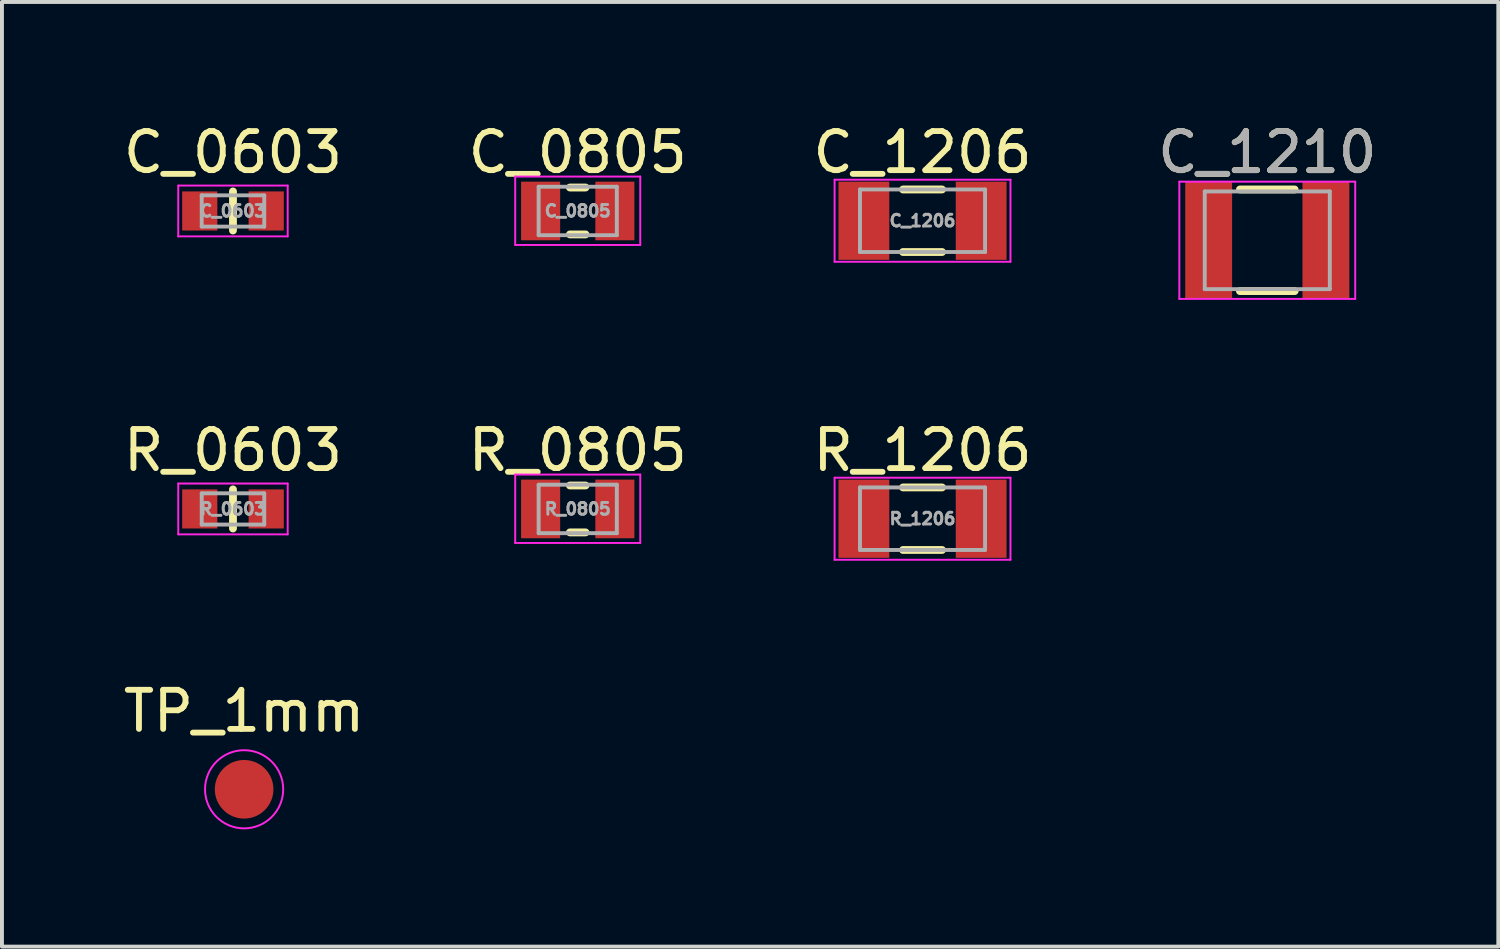
<source format=kicad_pcb>
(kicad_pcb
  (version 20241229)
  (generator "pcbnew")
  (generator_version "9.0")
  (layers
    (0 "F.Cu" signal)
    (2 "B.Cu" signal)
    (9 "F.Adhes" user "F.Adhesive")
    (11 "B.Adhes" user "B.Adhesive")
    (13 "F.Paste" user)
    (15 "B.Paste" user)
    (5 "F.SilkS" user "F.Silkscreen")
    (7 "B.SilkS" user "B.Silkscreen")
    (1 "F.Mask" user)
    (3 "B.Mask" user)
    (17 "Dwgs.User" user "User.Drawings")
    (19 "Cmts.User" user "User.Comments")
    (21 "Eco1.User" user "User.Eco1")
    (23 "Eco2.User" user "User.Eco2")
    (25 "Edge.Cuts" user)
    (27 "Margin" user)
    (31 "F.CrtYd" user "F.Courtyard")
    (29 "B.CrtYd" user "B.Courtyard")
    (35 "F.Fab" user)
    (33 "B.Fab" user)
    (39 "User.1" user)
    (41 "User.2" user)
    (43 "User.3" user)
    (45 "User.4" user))
  (footprint "C_1210"
    (layer "F.Cu")
    (at 29.375 3.098)
    (property "Reference" "C_1210" (at 0 -2.25 0) (layer "F.SilkS") (effects (font (size 1 1) (thickness 0.15))))
    (attr smd)
    (fp_line (start -0.7 -1.3) (end 0.7 -1.3) (stroke (width 0.2) (type solid)) (layer "F.SilkS"))
    (fp_line (start 0.7 1.3) (end -0.7 1.3) (stroke (width 0.2) (type solid)) (layer "F.SilkS"))
    (fp_line (start -2.25 -1.5) (end -2.25 1.5) (stroke (width 0.05) (type solid)) (layer "F.CrtYd"))
    (fp_line (start -2.25 -1.5) (end 2.25 -1.5) (stroke (width 0.05) (type solid)) (layer "F.CrtYd"))
    (fp_line (start 2.25 1.5) (end -2.25 1.5) (stroke (width 0.05) (type solid)) (layer "F.CrtYd"))
    (fp_line (start 2.25 1.5) (end 2.25 -1.5) (stroke (width 0.05) (type solid)) (layer "F.CrtYd"))
    (fp_line (start -1.6 -1.25) (end 1.6 -1.25) (stroke (width 0.1) (type solid)) (layer "F.Fab"))
    (fp_line (start -1.6 1.25) (end -1.6 -1.25) (stroke (width 0.1) (type solid)) (layer "F.Fab"))
    (fp_line (start 1.6 -1.25) (end 1.6 1.25) (stroke (width 0.1) (type solid)) (layer "F.Fab"))
    (fp_line (start 1.6 1.25) (end -1.6 1.25) (stroke (width 0.1) (type solid)) (layer "F.Fab"))
    (fp_text user "${REFERENCE}" (at 0 -2.25 0) (layer "F.Fab") (effects (font (size 1 1) (thickness 0.15))))
    (pad "1" smd rect (at -1.5 0) (size 1.2 3) (layers "F.Cu" "F.Mask" "F.Paste"))
    (pad "2" smd rect (at 1.5 0) (size 1.2 3) (layers "F.Cu" "F.Mask" "F.Paste")))
  (footprint "TP_1mm"
    (layer "F.Cu")
    (at 3.196 17.145)
    (property "Reference" "TP_1mm" (at 0 -2 0) (layer "F.SilkS") (effects (font (size 1 1) (thickness 0.15))))
    (attr exclude_from_pos_files exclude_from_bom)
    (fp_circle (center 0 0) (end 1 0) (stroke (width 0.05) (type solid)) (fill no) (layer "F.CrtYd"))
    (pad "1" smd circle (at 0 0) (size 1.5 1.5) (layers "F.Cu" "F.Mask")))
  (footprint "C_0805"
    (layer "F.Cu")
    (at 11.732 2.348)
    (property "Reference" "C_0805" (at 0 -1.5 0) (layer "F.SilkS") (effects (font (size 1 1) (thickness 0.15))))
    (attr smd)
    (fp_line (start -0.2 -0.6) (end 0.2 -0.6) (stroke (width 0.2) (type solid)) (layer "F.SilkS"))
    (fp_line (start -0.2 0.6) (end 0.2 0.6) (stroke (width 0.2) (type solid)) (layer "F.SilkS"))
    (fp_line (start -1.6 -0.88) (end -1.6 0.87) (stroke (width 0.05) (type solid)) (layer "F.CrtYd"))
    (fp_line (start -1.6 -0.88) (end 1.6 -0.88) (stroke (width 0.05) (type solid)) (layer "F.CrtYd"))
    (fp_line (start 1.6 0.87) (end -1.6 0.87) (stroke (width 0.05) (type solid)) (layer "F.CrtYd"))
    (fp_line (start 1.6 0.87) (end 1.6 -0.88) (stroke (width 0.05) (type solid)) (layer "F.CrtYd"))
    (fp_line (start -1 -0.62) (end 1 -0.62) (stroke (width 0.1) (type solid)) (layer "F.Fab"))
    (fp_line (start -1 0.62) (end -1 -0.62) (stroke (width 0.1) (type solid)) (layer "F.Fab"))
    (fp_line (start 1 -0.62) (end 1 0.62) (stroke (width 0.1) (type solid)) (layer "F.Fab"))
    (fp_line (start 1 0.62) (end -1 0.62) (stroke (width 0.1) (type solid)) (layer "F.Fab"))
    (fp_text user "${REFERENCE}" (at 0 0 0) (layer "F.Fab") (effects (font (size 0.3 0.3) (thickness 0.075))))
    (pad "1" smd rect (at -0.95 0) (size 1 1.5) (layers "F.Cu" "F.Mask" "F.Paste"))
    (pad "2" smd rect (at 0.95 0) (size 1 1.5) (layers "F.Cu" "F.Mask" "F.Paste")))
  (footprint "C_0603"
    (layer "F.Cu")
    (at 2.911 2.348)
    (property "Reference" "C_0603" (at 0 -1.5 0) (layer "F.SilkS") (effects (font (size 1 1) (thickness 0.15))))
    (attr smd)
    (fp_line (start 0 -0.5) (end 0 0.5) (stroke (width 0.2) (type solid)) (layer "F.SilkS"))
    (fp_line (start -1.4 -0.65) (end -1.4 0.65) (stroke (width 0.05) (type solid)) (layer "F.CrtYd"))
    (fp_line (start -1.4 -0.65) (end 1.4 -0.65) (stroke (width 0.05) (type solid)) (layer "F.CrtYd"))
    (fp_line (start 1.4 0.65) (end -1.4 0.65) (stroke (width 0.05) (type solid)) (layer "F.CrtYd"))
    (fp_line (start 1.4 0.65) (end 1.4 -0.65) (stroke (width 0.05) (type solid)) (layer "F.CrtYd"))
    (fp_line (start -0.8 -0.4) (end 0.8 -0.4) (stroke (width 0.1) (type solid)) (layer "F.Fab"))
    (fp_line (start -0.8 0.4) (end -0.8 -0.4) (stroke (width 0.1) (type solid)) (layer "F.Fab"))
    (fp_line (start 0.8 -0.4) (end 0.8 0.4) (stroke (width 0.1) (type solid)) (layer "F.Fab"))
    (fp_line (start 0.8 0.4) (end -0.8 0.4) (stroke (width 0.1) (type solid)) (layer "F.Fab"))
    (fp_text user "${REFERENCE}" (at 0 0 0) (layer "F.Fab") (effects (font (size 0.3 0.3) (thickness 0.075))))
    (pad "1" smd rect (at -0.85 0) (size 0.9 1) (layers "F.Cu" "F.Mask" "F.Paste"))
    (pad "2" smd rect (at 0.85 0) (size 0.9 1) (layers "F.Cu" "F.Mask" "F.Paste")))
  (footprint "C_1206"
    (layer "F.Cu")
    (at 20.554 2.598)
    (property "Reference" "C_1206" (at 0 -1.75 0) (layer "F.SilkS") (effects (font (size 1 1) (thickness 0.15))))
    (attr smd)
    (fp_line (start -0.5 -0.8) (end 0.5 -0.8) (stroke (width 0.2) (type solid)) (layer "F.SilkS"))
    (fp_line (start -0.5 0.8) (end 0.5 0.8) (stroke (width 0.2) (type solid)) (layer "F.SilkS"))
    (fp_line (start -2.25 -1.05) (end -2.25 1.05) (stroke (width 0.05) (type solid)) (layer "F.CrtYd"))
    (fp_line (start -2.25 -1.05) (end 2.25 -1.05) (stroke (width 0.05) (type solid)) (layer "F.CrtYd"))
    (fp_line (start 2.25 1.05) (end -2.25 1.05) (stroke (width 0.05) (type solid)) (layer "F.CrtYd"))
    (fp_line (start 2.25 1.05) (end 2.25 -1.05) (stroke (width 0.05) (type solid)) (layer "F.CrtYd"))
    (fp_line (start -1.6 -0.8) (end 1.6 -0.8) (stroke (width 0.1) (type solid)) (layer "F.Fab"))
    (fp_line (start -1.6 0.8) (end -1.6 -0.8) (stroke (width 0.1) (type solid)) (layer "F.Fab"))
    (fp_line (start 1.6 -0.8) (end 1.6 0.8) (stroke (width 0.1) (type solid)) (layer "F.Fab"))
    (fp_line (start 1.6 0.8) (end -1.6 0.8) (stroke (width 0.1) (type solid)) (layer "F.Fab"))
    (fp_text user "${REFERENCE}" (at 0 0 0) (layer "F.Fab") (effects (font (size 0.3 0.3) (thickness 0.075))))
    (pad "1" smd rect (at -1.5 0) (size 1.3 2) (layers "F.Cu" "F.Mask" "F.Paste"))
    (pad "2" smd rect (at 1.5 0) (size 1.3 2) (layers "F.Cu" "F.Mask" "F.Paste")))
  (footprint "R_0805"
    (layer "F.Cu")
    (at 11.732 9.972)
    (property "Reference" "R_0805" (at 0 -1.5 0) (layer "F.SilkS") (effects (font (size 1 1) (thickness 0.15))))
    (attr smd)
    (fp_line (start -0.2 -0.6) (end 0.2 -0.6) (stroke (width 0.2) (type solid)) (layer "F.SilkS"))
    (fp_line (start -0.2 0.6) (end 0.2 0.6) (stroke (width 0.2) (type solid)) (layer "F.SilkS"))
    (fp_line (start -1.6 -0.88) (end -1.6 0.87) (stroke (width 0.05) (type solid)) (layer "F.CrtYd"))
    (fp_line (start -1.6 -0.88) (end 1.6 -0.88) (stroke (width 0.05) (type solid)) (layer "F.CrtYd"))
    (fp_line (start 1.6 0.87) (end -1.6 0.87) (stroke (width 0.05) (type solid)) (layer "F.CrtYd"))
    (fp_line (start 1.6 0.87) (end 1.6 -0.88) (stroke (width 0.05) (type solid)) (layer "F.CrtYd"))
    (fp_line (start -1 -0.62) (end 1 -0.62) (stroke (width 0.1) (type solid)) (layer "F.Fab"))
    (fp_line (start -1 0.62) (end -1 -0.62) (stroke (width 0.1) (type solid)) (layer "F.Fab"))
    (fp_line (start 1 -0.62) (end 1 0.62) (stroke (width 0.1) (type solid)) (layer "F.Fab"))
    (fp_line (start 1 0.62) (end -1 0.62) (stroke (width 0.1) (type solid)) (layer "F.Fab"))
    (fp_text user "${REFERENCE}" (at 0 0 0) (layer "F.Fab") (effects (font (size 0.3 0.3) (thickness 0.075))))
    (pad "1" smd rect (at -0.95 0) (size 1 1.5) (layers "F.Cu" "F.Mask" "F.Paste"))
    (pad "2" smd rect (at 0.95 0) (size 1 1.5) (layers "F.Cu" "F.Mask" "F.Paste")))
  (footprint "R_1206"
    (layer "F.Cu")
    (at 20.554 10.222)
    (property "Reference" "R_1206" (at 0 -1.75 0) (layer "F.SilkS") (effects (font (size 1 1) (thickness 0.15))))
    (attr smd)
    (fp_line (start -0.5 -0.8) (end 0.5 -0.8) (stroke (width 0.2) (type solid)) (layer "F.SilkS"))
    (fp_line (start -0.5 0.8) (end 0.5 0.8) (stroke (width 0.2) (type solid)) (layer "F.SilkS"))
    (fp_line (start -2.25 -1.05) (end -2.25 1.05) (stroke (width 0.05) (type solid)) (layer "F.CrtYd"))
    (fp_line (start -2.25 -1.05) (end 2.25 -1.05) (stroke (width 0.05) (type solid)) (layer "F.CrtYd"))
    (fp_line (start 2.25 1.05) (end -2.25 1.05) (stroke (width 0.05) (type solid)) (layer "F.CrtYd"))
    (fp_line (start 2.25 1.05) (end 2.25 -1.05) (stroke (width 0.05) (type solid)) (layer "F.CrtYd"))
    (fp_line (start -1.6 -0.8) (end 1.6 -0.8) (stroke (width 0.1) (type solid)) (layer "F.Fab"))
    (fp_line (start -1.6 0.8) (end -1.6 -0.8) (stroke (width 0.1) (type solid)) (layer "F.Fab"))
    (fp_line (start 1.6 -0.8) (end 1.6 0.8) (stroke (width 0.1) (type solid)) (layer "F.Fab"))
    (fp_line (start 1.6 0.8) (end -1.6 0.8) (stroke (width 0.1) (type solid)) (layer "F.Fab"))
    (fp_text user "${REFERENCE}" (at 0 0 0) (layer "F.Fab") (effects (font (size 0.3 0.3) (thickness 0.075))))
    (pad "1" smd rect (at -1.5 0) (size 1.3 2) (layers "F.Cu" "F.Mask" "F.Paste"))
    (pad "2" smd rect (at 1.5 0) (size 1.3 2) (layers "F.Cu" "F.Mask" "F.Paste")))
  (footprint "R_0603"
    (layer "F.Cu")
    (at 2.911 9.972)
    (property "Reference" "R_0603" (at 0 -1.5 0) (layer "F.SilkS") (effects (font (size 1 1) (thickness 0.15))))
    (attr smd)
    (fp_line (start 0 -0.5) (end 0 0.5) (stroke (width 0.2) (type solid)) (layer "F.SilkS"))
    (fp_line (start -1.4 -0.65) (end -1.4 0.65) (stroke (width 0.05) (type solid)) (layer "F.CrtYd"))
    (fp_line (start -1.4 -0.65) (end 1.4 -0.65) (stroke (width 0.05) (type solid)) (layer "F.CrtYd"))
    (fp_line (start 1.4 0.65) (end -1.4 0.65) (stroke (width 0.05) (type solid)) (layer "F.CrtYd"))
    (fp_line (start 1.4 0.65) (end 1.4 -0.65) (stroke (width 0.05) (type solid)) (layer "F.CrtYd"))
    (fp_line (start -0.8 -0.4) (end 0.8 -0.4) (stroke (width 0.1) (type solid)) (layer "F.Fab"))
    (fp_line (start -0.8 0.4) (end -0.8 -0.4) (stroke (width 0.1) (type solid)) (layer "F.Fab"))
    (fp_line (start 0.8 -0.4) (end 0.8 0.4) (stroke (width 0.1) (type solid)) (layer "F.Fab"))
    (fp_line (start 0.8 0.4) (end -0.8 0.4) (stroke (width 0.1) (type solid)) (layer "F.Fab"))
    (fp_text user "${REFERENCE}" (at 0 0 0) (layer "F.Fab") (effects (font (size 0.3 0.3) (thickness 0.075))))
    (pad "1" smd rect (at -0.85 0) (size 0.9 1) (layers "F.Cu" "F.Mask" "F.Paste"))
    (pad "2" smd rect (at 0.85 0) (size 0.9 1) (layers "F.Cu" "F.Mask" "F.Paste")))
  (gr_rect
    (start -3 -3)
    (end 35.286 21.17)
    (stroke (width 0.1) (type default))
    (fill no)
    (layer "Edge.Cuts")))
</source>
